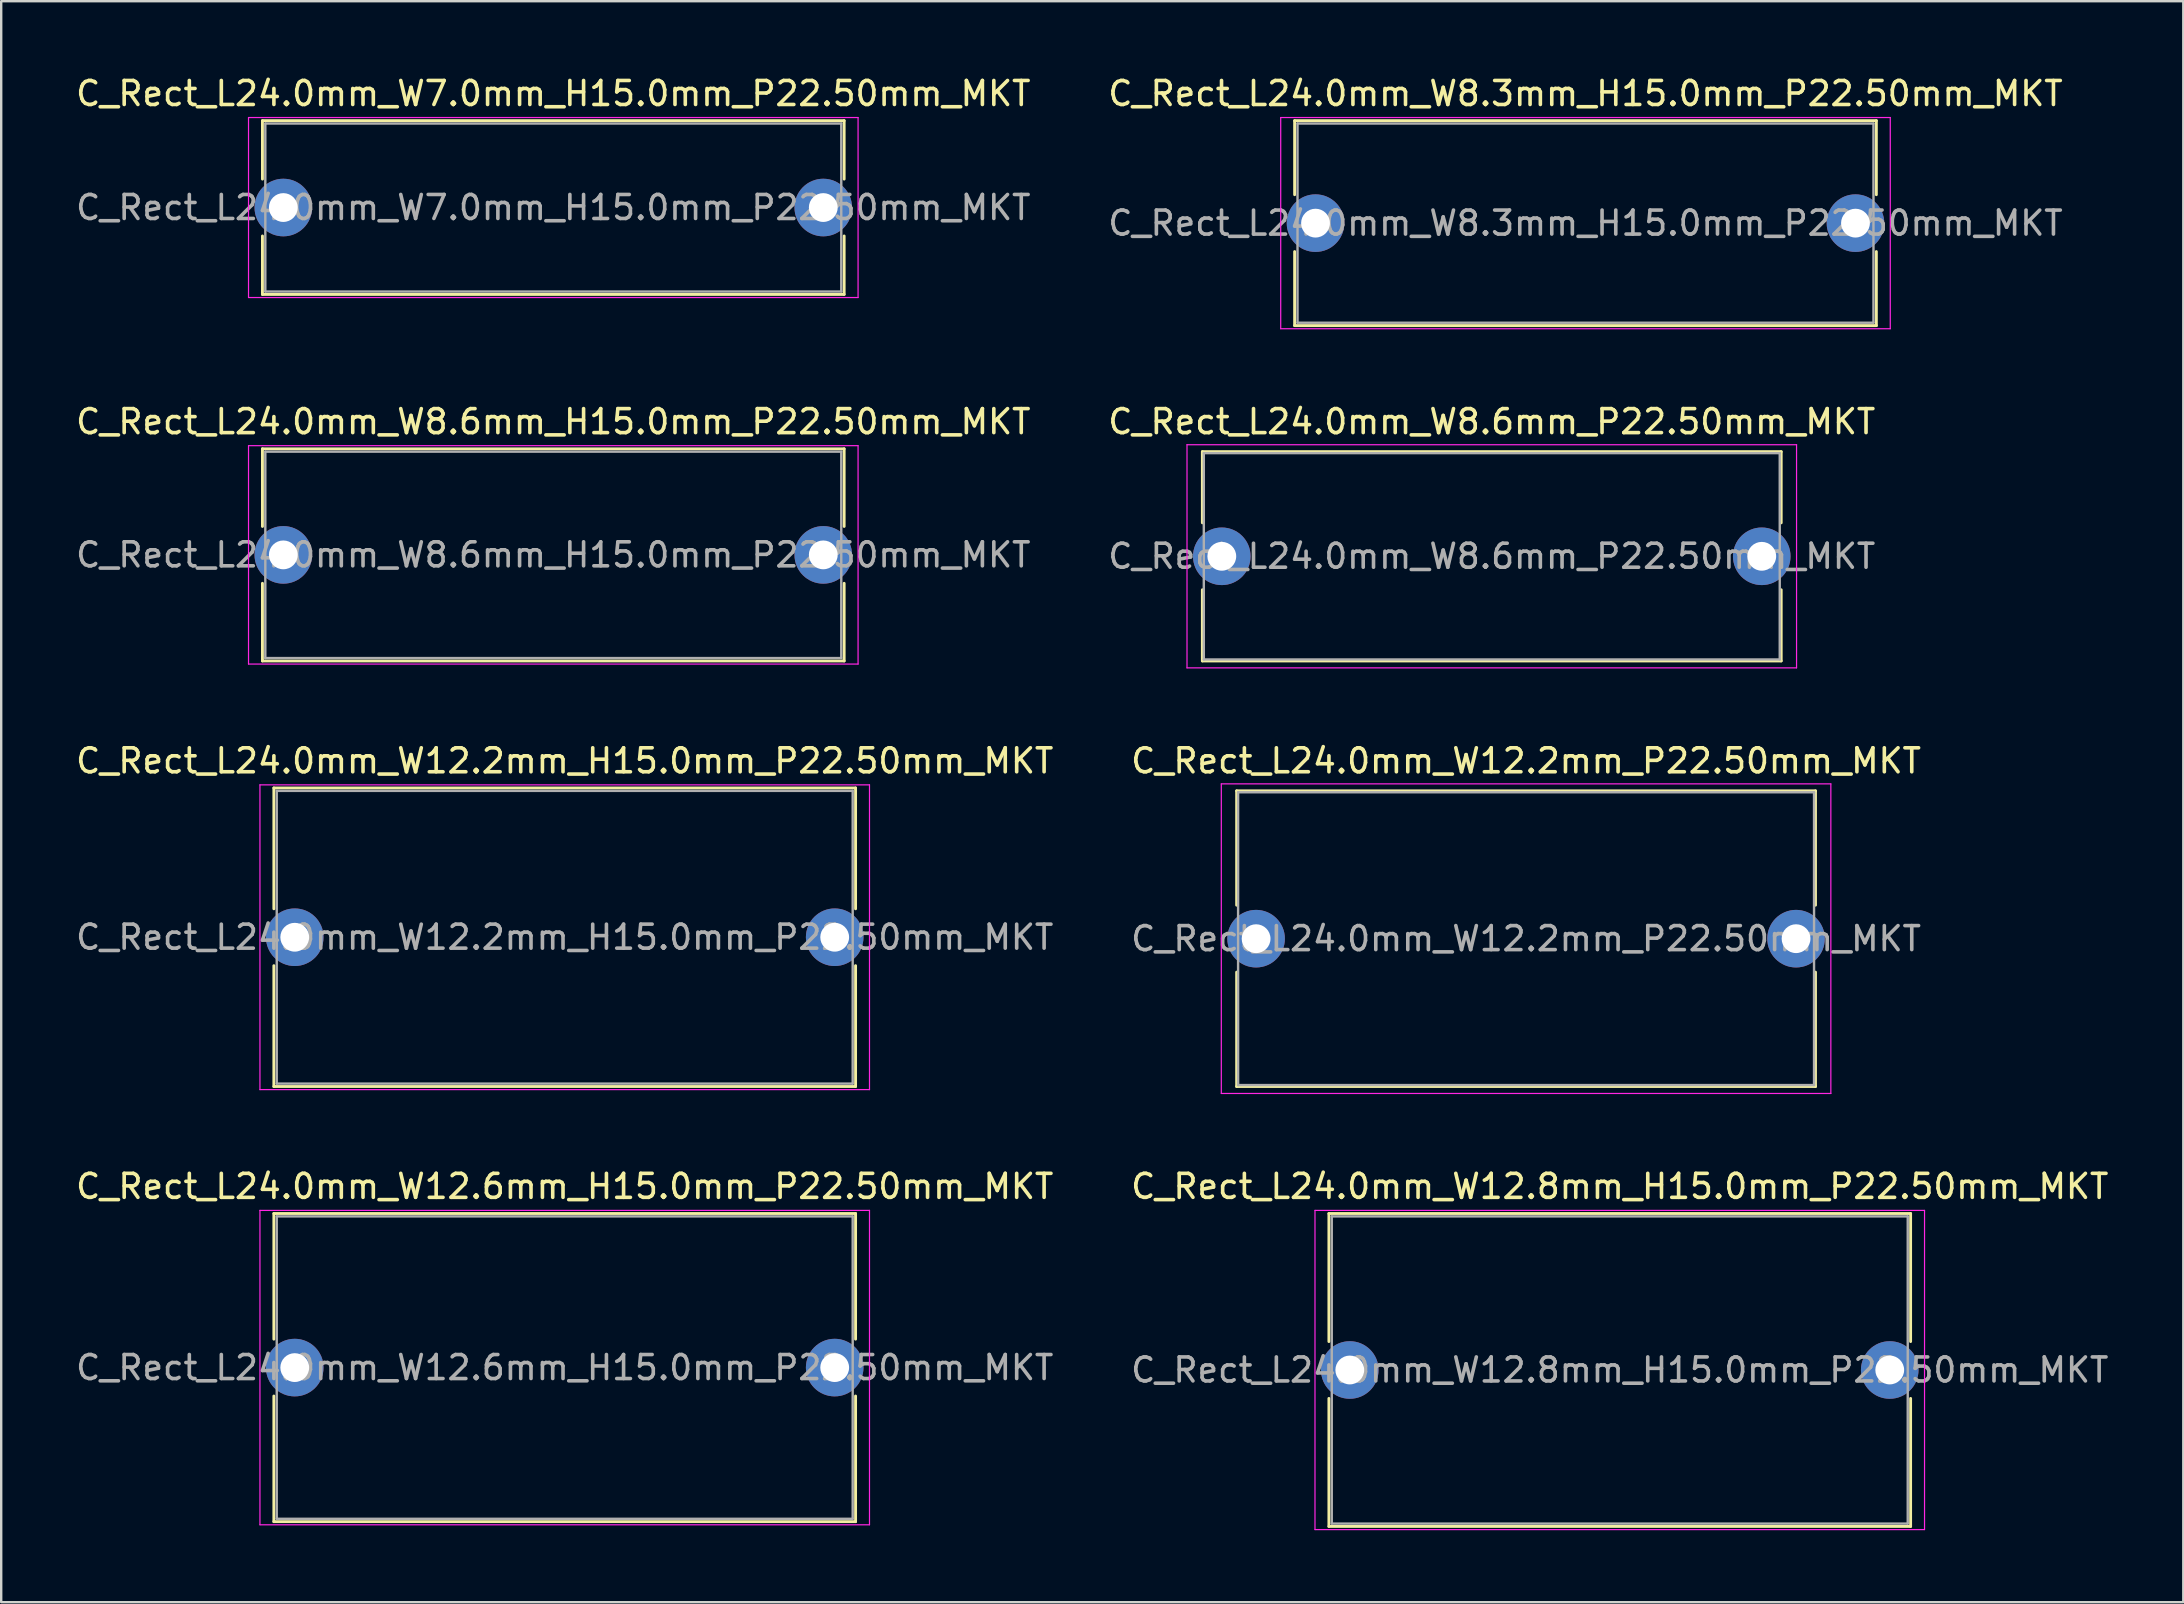
<source format=kicad_pcb>
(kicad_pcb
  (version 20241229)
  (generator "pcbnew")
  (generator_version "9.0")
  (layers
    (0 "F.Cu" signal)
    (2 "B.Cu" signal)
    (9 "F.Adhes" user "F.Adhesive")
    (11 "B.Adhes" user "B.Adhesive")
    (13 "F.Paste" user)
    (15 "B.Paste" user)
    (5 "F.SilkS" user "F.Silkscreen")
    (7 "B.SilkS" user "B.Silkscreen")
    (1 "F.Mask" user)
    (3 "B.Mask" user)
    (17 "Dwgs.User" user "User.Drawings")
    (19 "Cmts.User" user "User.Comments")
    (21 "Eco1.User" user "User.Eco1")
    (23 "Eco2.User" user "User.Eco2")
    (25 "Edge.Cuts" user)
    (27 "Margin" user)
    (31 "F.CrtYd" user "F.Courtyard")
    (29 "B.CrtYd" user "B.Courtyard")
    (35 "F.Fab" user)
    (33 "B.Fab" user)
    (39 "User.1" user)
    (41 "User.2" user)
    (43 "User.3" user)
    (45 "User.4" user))
  (footprint "C_Rect_L24.0mm_W7.0mm_H15.0mm_P22.50mm_MKT"
    (layer "F.Cu")
    (at 8.756 5.598)
    (property "Reference" "C_Rect_L24.0mm_W7.0mm_H15.0mm_P22.50mm_MKT" (at 11.25 -4.75 0) (layer "F.SilkS") (effects (font (size 1 1) (thickness 0.15))))
    (attr through_hole)
    (fp_line (start -0.87 -3.62) (end -0.87 -1.185) (stroke (width 0.12) (type solid)) (layer "F.SilkS"))
    (fp_line (start -0.87 -3.62) (end 23.37 -3.62) (stroke (width 0.12) (type solid)) (layer "F.SilkS"))
    (fp_line (start -0.87 1.185) (end -0.87 3.62) (stroke (width 0.12) (type solid)) (layer "F.SilkS"))
    (fp_line (start -0.87 3.62) (end 23.37 3.62) (stroke (width 0.12) (type solid)) (layer "F.SilkS"))
    (fp_line (start 23.37 -3.62) (end 23.37 -1.185) (stroke (width 0.12) (type solid)) (layer "F.SilkS"))
    (fp_line (start 23.37 1.185) (end 23.37 3.62) (stroke (width 0.12) (type solid)) (layer "F.SilkS"))
    (fp_line (start -1.45 -3.75) (end -1.45 3.75) (stroke (width 0.05) (type solid)) (layer "F.CrtYd"))
    (fp_line (start -1.45 3.75) (end 23.95 3.75) (stroke (width 0.05) (type solid)) (layer "F.CrtYd"))
    (fp_line (start 23.95 -3.75) (end -1.45 -3.75) (stroke (width 0.05) (type solid)) (layer "F.CrtYd"))
    (fp_line (start 23.95 3.75) (end 23.95 -3.75) (stroke (width 0.05) (type solid)) (layer "F.CrtYd"))
    (fp_line (start -0.75 -3.5) (end -0.75 3.5) (stroke (width 0.1) (type solid)) (layer "F.Fab"))
    (fp_line (start -0.75 3.5) (end 23.25 3.5) (stroke (width 0.1) (type solid)) (layer "F.Fab"))
    (fp_line (start 23.25 -3.5) (end -0.75 -3.5) (stroke (width 0.1) (type solid)) (layer "F.Fab"))
    (fp_line (start 23.25 3.5) (end 23.25 -3.5) (stroke (width 0.1) (type solid)) (layer "F.Fab"))
    (fp_text user "${REFERENCE}" (at 11.25 0 0) (layer "F.Fab") (effects (font (size 1 1) (thickness 0.15))))
    (pad "1" thru_hole circle (at 0 0) (size 2.4 2.4) (drill 1.2) (layers "*.Cu" "*.Mask"))
    (pad "2" thru_hole circle (at 22.5 0) (size 2.4 2.4) (drill 1.2) (layers "*.Cu" "*.Mask")))
  (footprint "C_Rect_L24.0mm_W8.6mm_P22.50mm_MKT"
    (layer "F.Cu")
    (at 47.863 20.131)
    (property "Reference" "C_Rect_L24.0mm_W8.6mm_P22.50mm_MKT" (at 11.25 -5.61 0) (layer "F.SilkS") (effects (font (size 1 1) (thickness 0.15))))
    (attr through_hole)
    (fp_line (start -0.81 -4.36) (end -0.81 -1.395) (stroke (width 0.12) (type solid)) (layer "F.SilkS"))
    (fp_line (start -0.81 -4.36) (end 23.31 -4.36) (stroke (width 0.12) (type solid)) (layer "F.SilkS"))
    (fp_line (start -0.81 1.395) (end -0.81 4.36) (stroke (width 0.12) (type solid)) (layer "F.SilkS"))
    (fp_line (start -0.81 4.36) (end 23.31 4.36) (stroke (width 0.12) (type solid)) (layer "F.SilkS"))
    (fp_line (start 23.31 -4.36) (end 23.31 -1.395) (stroke (width 0.12) (type solid)) (layer "F.SilkS"))
    (fp_line (start 23.31 1.395) (end 23.31 4.36) (stroke (width 0.12) (type solid)) (layer "F.SilkS"))
    (fp_line (start -1.45 -4.65) (end -1.45 4.65) (stroke (width 0.05) (type solid)) (layer "F.CrtYd"))
    (fp_line (start -1.45 4.65) (end 23.95 4.65) (stroke (width 0.05) (type solid)) (layer "F.CrtYd"))
    (fp_line (start 23.95 -4.65) (end -1.45 -4.65) (stroke (width 0.05) (type solid)) (layer "F.CrtYd"))
    (fp_line (start 23.95 4.65) (end 23.95 -4.65) (stroke (width 0.05) (type solid)) (layer "F.CrtYd"))
    (fp_line (start -0.75 -4.3) (end -0.75 4.3) (stroke (width 0.1) (type solid)) (layer "F.Fab"))
    (fp_line (start -0.75 4.3) (end 23.25 4.3) (stroke (width 0.1) (type solid)) (layer "F.Fab"))
    (fp_line (start 23.25 -4.3) (end -0.75 -4.3) (stroke (width 0.1) (type solid)) (layer "F.Fab"))
    (fp_line (start 23.25 4.3) (end 23.25 -4.3) (stroke (width 0.1) (type solid)) (layer "F.Fab"))
    (fp_text user "${REFERENCE}" (at 11.25 0 0) (layer "F.Fab") (effects (font (size 1 1) (thickness 0.15))))
    (pad "1" thru_hole circle (at 0 0) (size 2.4 2.4) (drill 1.2) (layers "*.Cu" "*.Mask"))
    (pad "2" thru_hole circle (at 22.5 0) (size 2.4 2.4) (drill 1.2) (layers "*.Cu" "*.Mask")))
  (footprint "C_Rect_L24.0mm_W8.3mm_H15.0mm_P22.50mm_MKT"
    (layer "F.Cu")
    (at 51.768 6.248)
    (property "Reference" "C_Rect_L24.0mm_W8.3mm_H15.0mm_P22.50mm_MKT" (at 11.25 -5.4 0) (layer "F.SilkS") (effects (font (size 1 1) (thickness 0.15))))
    (attr through_hole)
    (fp_line (start -0.87 -4.27) (end -0.87 -1.185) (stroke (width 0.12) (type solid)) (layer "F.SilkS"))
    (fp_line (start -0.87 -4.27) (end 23.37 -4.27) (stroke (width 0.12) (type solid)) (layer "F.SilkS"))
    (fp_line (start -0.87 1.185) (end -0.87 4.27) (stroke (width 0.12) (type solid)) (layer "F.SilkS"))
    (fp_line (start -0.87 4.27) (end 23.37 4.27) (stroke (width 0.12) (type solid)) (layer "F.SilkS"))
    (fp_line (start 23.37 -4.27) (end 23.37 -1.185) (stroke (width 0.12) (type solid)) (layer "F.SilkS"))
    (fp_line (start 23.37 1.185) (end 23.37 4.27) (stroke (width 0.12) (type solid)) (layer "F.SilkS"))
    (fp_line (start -1.45 -4.4) (end -1.45 4.4) (stroke (width 0.05) (type solid)) (layer "F.CrtYd"))
    (fp_line (start -1.45 4.4) (end 23.95 4.4) (stroke (width 0.05) (type solid)) (layer "F.CrtYd"))
    (fp_line (start 23.95 -4.4) (end -1.45 -4.4) (stroke (width 0.05) (type solid)) (layer "F.CrtYd"))
    (fp_line (start 23.95 4.4) (end 23.95 -4.4) (stroke (width 0.05) (type solid)) (layer "F.CrtYd"))
    (fp_line (start -0.75 -4.15) (end -0.75 4.15) (stroke (width 0.1) (type solid)) (layer "F.Fab"))
    (fp_line (start -0.75 4.15) (end 23.25 4.15) (stroke (width 0.1) (type solid)) (layer "F.Fab"))
    (fp_line (start 23.25 -4.15) (end -0.75 -4.15) (stroke (width 0.1) (type solid)) (layer "F.Fab"))
    (fp_line (start 23.25 4.15) (end 23.25 -4.15) (stroke (width 0.1) (type solid)) (layer "F.Fab"))
    (fp_text user "${REFERENCE}" (at 11.25 0 0) (layer "F.Fab") (effects (font (size 1 1) (thickness 0.15))))
    (pad "1" thru_hole circle (at 0 0) (size 2.4 2.4) (drill 1.2) (layers "*.Cu" "*.Mask"))
    (pad "2" thru_hole circle (at 22.5 0) (size 2.4 2.4) (drill 1.2) (layers "*.Cu" "*.Mask")))
  (footprint "C_Rect_L24.0mm_W12.8mm_H15.0mm_P22.50mm_MKT"
    (layer "F.Cu")
    (at 53.196 54.038)
    (property "Reference" "C_Rect_L24.0mm_W12.8mm_H15.0mm_P22.50mm_MKT" (at 11.25 -7.65 0) (layer "F.SilkS") (effects (font (size 1 1) (thickness 0.15))))
    (attr through_hole)
    (fp_line (start -0.87 -6.52) (end -0.87 -1.185) (stroke (width 0.12) (type solid)) (layer "F.SilkS"))
    (fp_line (start -0.87 -6.52) (end 23.37 -6.52) (stroke (width 0.12) (type solid)) (layer "F.SilkS"))
    (fp_line (start -0.87 1.185) (end -0.87 6.52) (stroke (width 0.12) (type solid)) (layer "F.SilkS"))
    (fp_line (start -0.87 6.52) (end 23.37 6.52) (stroke (width 0.12) (type solid)) (layer "F.SilkS"))
    (fp_line (start 23.37 -6.52) (end 23.37 -1.185) (stroke (width 0.12) (type solid)) (layer "F.SilkS"))
    (fp_line (start 23.37 1.185) (end 23.37 6.52) (stroke (width 0.12) (type solid)) (layer "F.SilkS"))
    (fp_line (start -1.45 -6.65) (end -1.45 6.65) (stroke (width 0.05) (type solid)) (layer "F.CrtYd"))
    (fp_line (start -1.45 6.65) (end 23.95 6.65) (stroke (width 0.05) (type solid)) (layer "F.CrtYd"))
    (fp_line (start 23.95 -6.65) (end -1.45 -6.65) (stroke (width 0.05) (type solid)) (layer "F.CrtYd"))
    (fp_line (start 23.95 6.65) (end 23.95 -6.65) (stroke (width 0.05) (type solid)) (layer "F.CrtYd"))
    (fp_line (start -0.75 -6.4) (end -0.75 6.4) (stroke (width 0.1) (type solid)) (layer "F.Fab"))
    (fp_line (start -0.75 6.4) (end 23.25 6.4) (stroke (width 0.1) (type solid)) (layer "F.Fab"))
    (fp_line (start 23.25 -6.4) (end -0.75 -6.4) (stroke (width 0.1) (type solid)) (layer "F.Fab"))
    (fp_line (start 23.25 6.4) (end 23.25 -6.4) (stroke (width 0.1) (type solid)) (layer "F.Fab"))
    (fp_text user "${REFERENCE}" (at 11.25 0 0) (layer "F.Fab") (effects (font (size 1 1) (thickness 0.15))))
    (pad "1" thru_hole circle (at 0 0) (size 2.4 2.4) (drill 1.2) (layers "*.Cu" "*.Mask"))
    (pad "2" thru_hole circle (at 22.5 0) (size 2.4 2.4) (drill 1.2) (layers "*.Cu" "*.Mask")))
  (footprint "C_Rect_L24.0mm_W8.6mm_H15.0mm_P22.50mm_MKT"
    (layer "F.Cu")
    (at 8.756 20.072)
    (property "Reference" "C_Rect_L24.0mm_W8.6mm_H15.0mm_P22.50mm_MKT" (at 11.25 -5.55 0) (layer "F.SilkS") (effects (font (size 1 1) (thickness 0.15))))
    (attr through_hole)
    (fp_line (start -0.87 -4.42) (end -0.87 -1.185) (stroke (width 0.12) (type solid)) (layer "F.SilkS"))
    (fp_line (start -0.87 -4.42) (end 23.37 -4.42) (stroke (width 0.12) (type solid)) (layer "F.SilkS"))
    (fp_line (start -0.87 1.185) (end -0.87 4.42) (stroke (width 0.12) (type solid)) (layer "F.SilkS"))
    (fp_line (start -0.87 4.42) (end 23.37 4.42) (stroke (width 0.12) (type solid)) (layer "F.SilkS"))
    (fp_line (start 23.37 -4.42) (end 23.37 -1.185) (stroke (width 0.12) (type solid)) (layer "F.SilkS"))
    (fp_line (start 23.37 1.185) (end 23.37 4.42) (stroke (width 0.12) (type solid)) (layer "F.SilkS"))
    (fp_line (start -1.45 -4.55) (end -1.45 4.55) (stroke (width 0.05) (type solid)) (layer "F.CrtYd"))
    (fp_line (start -1.45 4.55) (end 23.95 4.55) (stroke (width 0.05) (type solid)) (layer "F.CrtYd"))
    (fp_line (start 23.95 -4.55) (end -1.45 -4.55) (stroke (width 0.05) (type solid)) (layer "F.CrtYd"))
    (fp_line (start 23.95 4.55) (end 23.95 -4.55) (stroke (width 0.05) (type solid)) (layer "F.CrtYd"))
    (fp_line (start -0.75 -4.3) (end -0.75 4.3) (stroke (width 0.1) (type solid)) (layer "F.Fab"))
    (fp_line (start -0.75 4.3) (end 23.25 4.3) (stroke (width 0.1) (type solid)) (layer "F.Fab"))
    (fp_line (start 23.25 -4.3) (end -0.75 -4.3) (stroke (width 0.1) (type solid)) (layer "F.Fab"))
    (fp_line (start 23.25 4.3) (end 23.25 -4.3) (stroke (width 0.1) (type solid)) (layer "F.Fab"))
    (fp_text user "${REFERENCE}" (at 11.25 0 0) (layer "F.Fab") (effects (font (size 1 1) (thickness 0.15))))
    (pad "1" thru_hole circle (at 0 0) (size 2.4 2.4) (drill 1.2) (layers "*.Cu" "*.Mask"))
    (pad "2" thru_hole circle (at 22.5 0) (size 2.4 2.4) (drill 1.2) (layers "*.Cu" "*.Mask")))
  (footprint "C_Rect_L24.0mm_W12.6mm_H15.0mm_P22.50mm_MKT"
    (layer "F.Cu")
    (at 9.232 53.938)
    (property "Reference" "C_Rect_L24.0mm_W12.6mm_H15.0mm_P22.50mm_MKT" (at 11.25 -7.55 0) (layer "F.SilkS") (effects (font (size 1 1) (thickness 0.15))))
    (attr through_hole)
    (fp_line (start -0.87 -6.42) (end -0.87 -1.185) (stroke (width 0.12) (type solid)) (layer "F.SilkS"))
    (fp_line (start -0.87 -6.42) (end 23.37 -6.42) (stroke (width 0.12) (type solid)) (layer "F.SilkS"))
    (fp_line (start -0.87 1.185) (end -0.87 6.42) (stroke (width 0.12) (type solid)) (layer "F.SilkS"))
    (fp_line (start -0.87 6.42) (end 23.37 6.42) (stroke (width 0.12) (type solid)) (layer "F.SilkS"))
    (fp_line (start 23.37 -6.42) (end 23.37 -1.185) (stroke (width 0.12) (type solid)) (layer "F.SilkS"))
    (fp_line (start 23.37 1.185) (end 23.37 6.42) (stroke (width 0.12) (type solid)) (layer "F.SilkS"))
    (fp_line (start -1.45 -6.55) (end -1.45 6.55) (stroke (width 0.05) (type solid)) (layer "F.CrtYd"))
    (fp_line (start -1.45 6.55) (end 23.95 6.55) (stroke (width 0.05) (type solid)) (layer "F.CrtYd"))
    (fp_line (start 23.95 -6.55) (end -1.45 -6.55) (stroke (width 0.05) (type solid)) (layer "F.CrtYd"))
    (fp_line (start 23.95 6.55) (end 23.95 -6.55) (stroke (width 0.05) (type solid)) (layer "F.CrtYd"))
    (fp_line (start -0.75 -6.3) (end -0.75 6.3) (stroke (width 0.1) (type solid)) (layer "F.Fab"))
    (fp_line (start -0.75 6.3) (end 23.25 6.3) (stroke (width 0.1) (type solid)) (layer "F.Fab"))
    (fp_line (start 23.25 -6.3) (end -0.75 -6.3) (stroke (width 0.1) (type solid)) (layer "F.Fab"))
    (fp_line (start 23.25 6.3) (end 23.25 -6.3) (stroke (width 0.1) (type solid)) (layer "F.Fab"))
    (fp_text user "${REFERENCE}" (at 11.25 0 0) (layer "F.Fab") (effects (font (size 1 1) (thickness 0.15))))
    (pad "1" thru_hole circle (at 0 0) (size 2.4 2.4) (drill 1.2) (layers "*.Cu" "*.Mask"))
    (pad "2" thru_hole circle (at 22.5 0) (size 2.4 2.4) (drill 1.2) (layers "*.Cu" "*.Mask")))
  (footprint "C_Rect_L24.0mm_W12.2mm_H15.0mm_P22.50mm_MKT"
    (layer "F.Cu")
    (at 9.232 36.005)
    (property "Reference" "C_Rect_L24.0mm_W12.2mm_H15.0mm_P22.50mm_MKT" (at 11.25 -7.35 0) (layer "F.SilkS") (effects (font (size 1 1) (thickness 0.15))))
    (attr through_hole)
    (fp_line (start -0.87 -6.22) (end -0.87 -1.185) (stroke (width 0.12) (type solid)) (layer "F.SilkS"))
    (fp_line (start -0.87 -6.22) (end 23.37 -6.22) (stroke (width 0.12) (type solid)) (layer "F.SilkS"))
    (fp_line (start -0.87 1.185) (end -0.87 6.22) (stroke (width 0.12) (type solid)) (layer "F.SilkS"))
    (fp_line (start -0.87 6.22) (end 23.37 6.22) (stroke (width 0.12) (type solid)) (layer "F.SilkS"))
    (fp_line (start 23.37 -6.22) (end 23.37 -1.185) (stroke (width 0.12) (type solid)) (layer "F.SilkS"))
    (fp_line (start 23.37 1.185) (end 23.37 6.22) (stroke (width 0.12) (type solid)) (layer "F.SilkS"))
    (fp_line (start -1.45 -6.35) (end -1.45 6.35) (stroke (width 0.05) (type solid)) (layer "F.CrtYd"))
    (fp_line (start -1.45 6.35) (end 23.95 6.35) (stroke (width 0.05) (type solid)) (layer "F.CrtYd"))
    (fp_line (start 23.95 -6.35) (end -1.45 -6.35) (stroke (width 0.05) (type solid)) (layer "F.CrtYd"))
    (fp_line (start 23.95 6.35) (end 23.95 -6.35) (stroke (width 0.05) (type solid)) (layer "F.CrtYd"))
    (fp_line (start -0.75 -6.1) (end -0.75 6.1) (stroke (width 0.1) (type solid)) (layer "F.Fab"))
    (fp_line (start -0.75 6.1) (end 23.25 6.1) (stroke (width 0.1) (type solid)) (layer "F.Fab"))
    (fp_line (start 23.25 -6.1) (end -0.75 -6.1) (stroke (width 0.1) (type solid)) (layer "F.Fab"))
    (fp_line (start 23.25 6.1) (end 23.25 -6.1) (stroke (width 0.1) (type solid)) (layer "F.Fab"))
    (fp_text user "${REFERENCE}" (at 11.25 0 0) (layer "F.Fab") (effects (font (size 1 1) (thickness 0.15))))
    (pad "1" thru_hole circle (at 0 0) (size 2.4 2.4) (drill 1.2) (layers "*.Cu" "*.Mask"))
    (pad "2" thru_hole circle (at 22.5 0) (size 2.4 2.4) (drill 1.2) (layers "*.Cu" "*.Mask")))
  (footprint "C_Rect_L24.0mm_W12.2mm_P22.50mm_MKT"
    (layer "F.Cu")
    (at 49.292 36.065)
    (property "Reference" "C_Rect_L24.0mm_W12.2mm_P22.50mm_MKT" (at 11.25 -7.41 0) (layer "F.SilkS") (effects (font (size 1 1) (thickness 0.15))))
    (attr through_hole)
    (fp_line (start -0.81 -6.16) (end -0.81 -1.395) (stroke (width 0.12) (type solid)) (layer "F.SilkS"))
    (fp_line (start -0.81 -6.16) (end 23.31 -6.16) (stroke (width 0.12) (type solid)) (layer "F.SilkS"))
    (fp_line (start -0.81 1.395) (end -0.81 6.16) (stroke (width 0.12) (type solid)) (layer "F.SilkS"))
    (fp_line (start -0.81 6.16) (end 23.31 6.16) (stroke (width 0.12) (type solid)) (layer "F.SilkS"))
    (fp_line (start 23.31 -6.16) (end 23.31 -1.395) (stroke (width 0.12) (type solid)) (layer "F.SilkS"))
    (fp_line (start 23.31 1.395) (end 23.31 6.16) (stroke (width 0.12) (type solid)) (layer "F.SilkS"))
    (fp_line (start -1.45 -6.45) (end -1.45 6.45) (stroke (width 0.05) (type solid)) (layer "F.CrtYd"))
    (fp_line (start -1.45 6.45) (end 23.95 6.45) (stroke (width 0.05) (type solid)) (layer "F.CrtYd"))
    (fp_line (start 23.95 -6.45) (end -1.45 -6.45) (stroke (width 0.05) (type solid)) (layer "F.CrtYd"))
    (fp_line (start 23.95 6.45) (end 23.95 -6.45) (stroke (width 0.05) (type solid)) (layer "F.CrtYd"))
    (fp_line (start -0.75 -6.1) (end -0.75 6.1) (stroke (width 0.1) (type solid)) (layer "F.Fab"))
    (fp_line (start -0.75 6.1) (end 23.25 6.1) (stroke (width 0.1) (type solid)) (layer "F.Fab"))
    (fp_line (start 23.25 -6.1) (end -0.75 -6.1) (stroke (width 0.1) (type solid)) (layer "F.Fab"))
    (fp_line (start 23.25 6.1) (end 23.25 -6.1) (stroke (width 0.1) (type solid)) (layer "F.Fab"))
    (fp_text user "${REFERENCE}" (at 11.25 0 0) (layer "F.Fab") (effects (font (size 1 1) (thickness 0.15))))
    (pad "1" thru_hole circle (at 0 0) (size 2.4 2.4) (drill 1.2) (layers "*.Cu" "*.Mask"))
    (pad "2" thru_hole circle (at 22.5 0) (size 2.4 2.4) (drill 1.2) (layers "*.Cu" "*.Mask")))
  (gr_rect
    (start -3 -3)
    (end 87.929 63.713)
    (stroke (width 0.1) (type default))
    (fill no)
    (layer "Edge.Cuts")))
</source>
